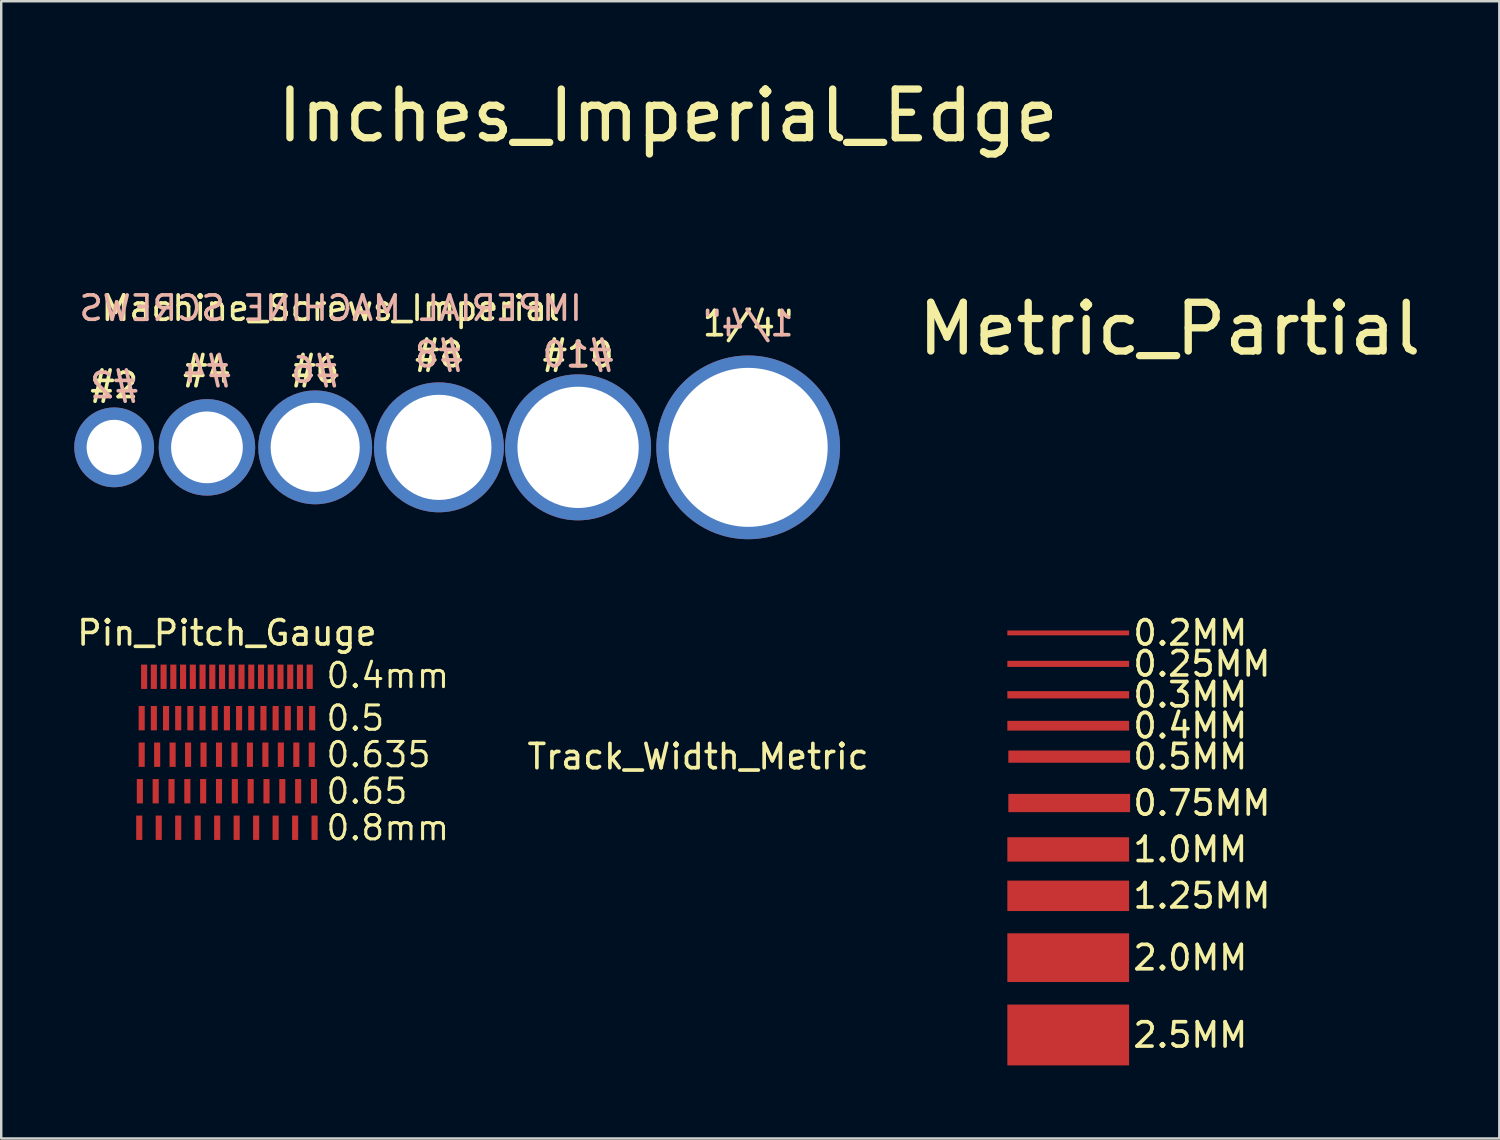
<source format=kicad_pcb>
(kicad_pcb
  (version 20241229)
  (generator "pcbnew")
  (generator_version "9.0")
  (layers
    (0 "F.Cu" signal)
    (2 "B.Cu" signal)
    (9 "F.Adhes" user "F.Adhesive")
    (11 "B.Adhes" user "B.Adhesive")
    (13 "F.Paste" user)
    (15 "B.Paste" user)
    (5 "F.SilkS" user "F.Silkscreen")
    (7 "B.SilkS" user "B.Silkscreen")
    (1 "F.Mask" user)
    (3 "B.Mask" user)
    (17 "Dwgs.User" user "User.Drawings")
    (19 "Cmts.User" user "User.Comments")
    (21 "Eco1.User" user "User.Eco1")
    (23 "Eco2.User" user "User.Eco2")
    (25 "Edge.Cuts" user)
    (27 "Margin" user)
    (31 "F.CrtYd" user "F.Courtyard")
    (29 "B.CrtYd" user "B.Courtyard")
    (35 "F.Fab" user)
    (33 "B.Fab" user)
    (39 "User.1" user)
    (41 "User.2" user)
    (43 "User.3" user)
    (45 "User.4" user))
  (footprint "Pin_Pitch_Gauge"
    (layer "F.Cu")
    (at 6.268 27.94)
    (property "Reference" "Pin_Pitch_Gauge" (at 0 -5 0) (layer "F.SilkS") (effects (font (size 1 1) (thickness 0.15))))
    (attr through_hole)
    (fp_text user "0.8mm" (at 4 3 0) (layer "F.SilkS") (effects (font (size 1 1) (thickness 0.125)) (justify left)))
    (fp_text user "0.5" (at 4 -1.5 0) (layer "F.SilkS") (effects (font (size 1 1) (thickness 0.125)) (justify left)))
    (fp_text user "0.635" (at 4 0 0) (layer "F.SilkS") (effects (font (size 1 1) (thickness 0.125)) (justify left)))
    (fp_text user "0.65" (at 4 1.5 0) (layer "F.SilkS") (effects (font (size 1 1) (thickness 0.125)) (justify left)))
    (fp_text user "0.4mm" (at 4 -3.25 0) (layer "F.SilkS") (effects (font (size 1 1) (thickness 0.125)) (justify left)))
    (pad "" smd rect (at -3.6 3 90) (size 1 0.25) (layers "F.Cu" "F.Mask" "F.Paste"))
    (pad "" smd rect (at -3.575 1.5 90) (size 1 0.25) (layers "F.Cu" "F.Mask" "F.Paste"))
    (pad "" smd rect (at -3.5 -1.5 90) (size 1 0.25) (layers "F.Cu" "F.Mask" "F.Paste"))
    (pad "" smd rect (at -3.5 0 90) (size 1 0.25) (layers "F.Cu" "F.Mask" "F.Paste"))
    (pad "" smd rect (at -3.4 -3.2 90) (size 1 0.25) (layers "F.Cu" "F.Mask" "F.Paste"))
    (pad "" smd rect (at -3 -3.2 90) (size 1 0.25) (layers "F.Cu" "F.Mask" "F.Paste"))
    (pad "" smd rect (at -3 -1.5 90) (size 1 0.25) (layers "F.Cu" "F.Mask" "F.Paste"))
    (pad "" smd rect (at -2.925 1.5 90) (size 1 0.25) (layers "F.Cu" "F.Mask" "F.Paste"))
    (pad "" smd rect (at -2.865 0 90) (size 1 0.25) (layers "F.Cu" "F.Mask" "F.Paste"))
    (pad "" smd rect (at -2.8 3 90) (size 1 0.25) (layers "F.Cu" "F.Mask" "F.Paste"))
    (pad "" smd rect (at -2.6 -3.2 90) (size 1 0.25) (layers "F.Cu" "F.Mask" "F.Paste"))
    (pad "" smd rect (at -2.5 -1.5 90) (size 1 0.25) (layers "F.Cu" "F.Mask" "F.Paste"))
    (pad "" smd rect (at -2.275 1.5 90) (size 1 0.25) (layers "F.Cu" "F.Mask" "F.Paste"))
    (pad "" smd rect (at -2.23 0 90) (size 1 0.25) (layers "F.Cu" "F.Mask" "F.Paste"))
    (pad "" smd rect (at -2.2 -3.2 90) (size 1 0.25) (layers "F.Cu" "F.Mask" "F.Paste"))
    (pad "" smd rect (at -2 -1.5 90) (size 1 0.25) (layers "F.Cu" "F.Mask" "F.Paste"))
    (pad "" smd rect (at -2 3 90) (size 1 0.25) (layers "F.Cu" "F.Mask" "F.Paste"))
    (pad "" smd rect (at -1.8 -3.2 90) (size 1 0.25) (layers "F.Cu" "F.Mask" "F.Paste"))
    (pad "" smd rect (at -1.625 1.5 90) (size 1 0.25) (layers "F.Cu" "F.Mask" "F.Paste"))
    (pad "" smd rect (at -1.595 0 90) (size 1 0.25) (layers "F.Cu" "F.Mask" "F.Paste"))
    (pad "" smd rect (at -1.5 -1.5 90) (size 1 0.25) (layers "F.Cu" "F.Mask" "F.Paste"))
    (pad "" smd rect (at -1.4 -3.2 90) (size 1 0.25) (layers "F.Cu" "F.Mask" "F.Paste"))
    (pad "" smd rect (at -1.2 3 90) (size 1 0.25) (layers "F.Cu" "F.Mask" "F.Paste"))
    (pad "" smd rect (at -1 -3.2 90) (size 1 0.25) (layers "F.Cu" "F.Mask" "F.Paste"))
    (pad "" smd rect (at -1 -1.5 90) (size 1 0.25) (layers "F.Cu" "F.Mask" "F.Paste"))
    (pad "" smd rect (at -0.975 1.5 90) (size 1 0.25) (layers "F.Cu" "F.Mask" "F.Paste"))
    (pad "" smd rect (at -0.96 0 90) (size 1 0.25) (layers "F.Cu" "F.Mask" "F.Paste"))
    (pad "" smd rect (at -0.6 -3.2 90) (size 1 0.25) (layers "F.Cu" "F.Mask" "F.Paste"))
    (pad "" smd rect (at -0.5 -1.5 90) (size 1 0.25) (layers "F.Cu" "F.Mask" "F.Paste"))
    (pad "" smd rect (at -0.4 3 90) (size 1 0.25) (layers "F.Cu" "F.Mask" "F.Paste"))
    (pad "" smd rect (at -0.325 0 90) (size 1 0.25) (layers "F.Cu" "F.Mask" "F.Paste"))
    (pad "" smd rect (at -0.325 1.5 90) (size 1 0.25) (layers "F.Cu" "F.Mask" "F.Paste"))
    (pad "" smd rect (at -0.2 -3.2 90) (size 1 0.25) (layers "F.Cu" "F.Mask" "F.Paste"))
    (pad "" smd rect (at 0 -1.5 90) (size 1 0.25) (layers "F.Cu" "F.Mask" "F.Paste"))
    (pad "" smd rect (at 0.2 -3.2 90) (size 1 0.25) (layers "F.Cu" "F.Mask" "F.Paste"))
    (pad "" smd rect (at 0.31 0 90) (size 1 0.25) (layers "F.Cu" "F.Mask" "F.Paste"))
    (pad "" smd rect (at 0.325 1.5 90) (size 1 0.25) (layers "F.Cu" "F.Mask" "F.Paste"))
    (pad "" smd rect (at 0.4 3 90) (size 1 0.25) (layers "F.Cu" "F.Mask" "F.Paste"))
    (pad "" smd rect (at 0.5 -1.5 90) (size 1 0.25) (layers "F.Cu" "F.Mask" "F.Paste"))
    (pad "" smd rect (at 0.6 -3.2 90) (size 1 0.25) (layers "F.Cu" "F.Mask" "F.Paste"))
    (pad "" smd rect (at 0.945 0 90) (size 1 0.25) (layers "F.Cu" "F.Mask" "F.Paste"))
    (pad "" smd rect (at 0.975 1.5 90) (size 1 0.25) (layers "F.Cu" "F.Mask" "F.Paste"))
    (pad "" smd rect (at 1 -3.2 90) (size 1 0.25) (layers "F.Cu" "F.Mask" "F.Paste"))
    (pad "" smd rect (at 1 -1.5 90) (size 1 0.25) (layers "F.Cu" "F.Mask" "F.Paste"))
    (pad "" smd rect (at 1.2 3 90) (size 1 0.25) (layers "F.Cu" "F.Mask" "F.Paste"))
    (pad "" smd rect (at 1.4 -3.2 90) (size 1 0.25) (layers "F.Cu" "F.Mask" "F.Paste"))
    (pad "" smd rect (at 1.5 -1.5 90) (size 1 0.25) (layers "F.Cu" "F.Mask" "F.Paste"))
    (pad "" smd rect (at 1.58 0 90) (size 1 0.25) (layers "F.Cu" "F.Mask" "F.Paste"))
    (pad "" smd rect (at 1.625 1.5 90) (size 1 0.25) (layers "F.Cu" "F.Mask" "F.Paste"))
    (pad "" smd rect (at 1.8 -3.2 90) (size 1 0.25) (layers "F.Cu" "F.Mask" "F.Paste"))
    (pad "" smd rect (at 2 -1.5 90) (size 1 0.25) (layers "F.Cu" "F.Mask" "F.Paste"))
    (pad "" smd rect (at 2 3 90) (size 1 0.25) (layers "F.Cu" "F.Mask" "F.Paste"))
    (pad "" smd rect (at 2.2 -3.2 90) (size 1 0.25) (layers "F.Cu" "F.Mask" "F.Paste"))
    (pad "" smd rect (at 2.215 0 90) (size 1 0.25) (layers "F.Cu" "F.Mask" "F.Paste"))
    (pad "" smd rect (at 2.275 1.5 90) (size 1 0.25) (layers "F.Cu" "F.Mask" "F.Paste"))
    (pad "" smd rect (at 2.5 -1.5 90) (size 1 0.25) (layers "F.Cu" "F.Mask" "F.Paste"))
    (pad "" smd rect (at 2.6 -3.2 90) (size 1 0.25) (layers "F.Cu" "F.Mask" "F.Paste"))
    (pad "" smd rect (at 2.8 3 90) (size 1 0.25) (layers "F.Cu" "F.Mask" "F.Paste"))
    (pad "" smd rect (at 2.85 0 90) (size 1 0.25) (layers "F.Cu" "F.Mask" "F.Paste"))
    (pad "" smd rect (at 2.925 1.5 90) (size 1 0.25) (layers "F.Cu" "F.Mask" "F.Paste"))
    (pad "" smd rect (at 3 -3.2 90) (size 1 0.25) (layers "F.Cu" "F.Mask" "F.Paste"))
    (pad "" smd rect (at 3 -1.5 90) (size 1 0.25) (layers "F.Cu" "F.Mask" "F.Paste"))
    (pad "" smd rect (at 3.4 -3.2 90) (size 1 0.25) (layers "F.Cu" "F.Mask" "F.Paste"))
    (pad "" smd rect (at 3.485 0 90) (size 1 0.25) (layers "F.Cu" "F.Mask" "F.Paste"))
    (pad "" smd rect (at 3.5 -1.5 90) (size 1 0.25) (layers "F.Cu" "F.Mask" "F.Paste"))
    (pad "" smd rect (at 3.575 1.5 90) (size 1 0.25) (layers "F.Cu" "F.Mask" "F.Paste"))
    (pad "" smd rect (at 3.6 3 90) (size 1 0.25) (layers "F.Cu" "F.Mask" "F.Paste")))
  (footprint "Machine_Screws_Imperial"
    (layer "F.Cu")
    (at 1.638 15.32)
    (property "Reference" "Machine_Screws_Imperial" (at 8.89 -5.715 0) (layer "F.SilkS") (effects (font (size 1 1) (thickness 0.15))))
    (attr through_hole)
    (fp_text user "#2" (at 0 -2.54 0) (layer "F.SilkS") (effects (font (size 1 1) (thickness 0.15))))
    (fp_text user "#8" (at 13.335 -3.81 0) (layer "F.SilkS") (effects (font (size 1 1) (thickness 0.15))))
    (fp_text user "#10" (at 19.05 -3.81 0) (layer "F.SilkS") (effects (font (size 1 1) (thickness 0.15))))
    (fp_text user "#6" (at 8.255 -3.175 0) (layer "F.SilkS") (effects (font (size 1 1) (thickness 0.15))))
    (fp_text user "1/4\"" (at 26.035 -5.08 0) (layer "F.SilkS") (effects (font (size 1 1) (thickness 0.15))))
    (fp_text user "#4" (at 3.81 -3.175 0) (layer "F.SilkS") (effects (font (size 1 1) (thickness 0.15))))
    (fp_text user "#10" (at 19.05 -3.81 0) (layer "B.SilkS") (effects (font (size 1 1) (thickness 0.15)) (justify mirror)))
    (fp_text user "1/4\"" (at 26.035 -5.08 0) (layer "B.SilkS") (effects (font (size 1 1) (thickness 0.15)) (justify mirror)))
    (fp_text user "#2" (at 0 -2.54 0) (layer "B.SilkS") (effects (font (size 1 1) (thickness 0.15)) (justify mirror)))
    (fp_text user "#8" (at 13.335 -3.81 0) (layer "B.SilkS") (effects (font (size 1 1) (thickness 0.15)) (justify mirror)))
    (fp_text user "#6" (at 8.255 -3.175 0) (layer "B.SilkS") (effects (font (size 1 1) (thickness 0.15)) (justify mirror)))
    (fp_text user "#4" (at 3.81 -3.175 0) (layer "B.SilkS") (effects (font (size 1 1) (thickness 0.15)) (justify mirror)))
    (fp_text user "IMPERIAL MACHINE SCREWS" (at 8.89 -5.715 0) (layer "B.SilkS") (effects (font (size 1 1) (thickness 0.15)) (justify mirror)))
    (pad "" thru_hole circle (at 0 0) (size 3.277 3.277) (drill 2.261) (layers "*.Cu" "*.Mask"))
    (pad "" thru_hole circle (at 3.81 0) (size 3.962 3.962) (drill 2.946) (layers "*.Cu" "*.Mask"))
    (pad "" thru_hole circle (at 8.255 0) (size 4.674 4.674) (drill 3.658) (layers "*.Cu" "*.Mask"))
    (pad "" thru_hole circle (at 13.335 0) (size 5.334 5.334) (drill 4.318) (layers "*.Cu" "*.Mask"))
    (pad "" thru_hole circle (at 19.05 0) (size 5.994 5.994) (drill 4.978) (layers "*.Cu" "*.Mask"))
    (pad "" thru_hole circle (at 26.035 0) (size 7.544 7.544) (drill 6.528) (layers "*.Cu" "*.Mask")))
  (footprint "Inches_Imperial_Edge"
    (layer "F.Cu")
    (at 0.25 5.506)
    (property "Reference" "Inches_Imperial_Edge" (at 24.13 -3.81 0) (layer "F.SilkS") (effects (font (size 2 2) (thickness 0.3))))
    (attr through_hole)
    (fp_poly (pts (xy 0.692 0) (xy 0.895 0) (xy 0.895 -0.794) (xy 0.692 -0.794)) (stroke (width 0) (type solid)) (fill yes) (layer "F.Mask"))
    (fp_poly (pts (xy 1.486 0) (xy 1.689 0) (xy 1.689 -1.587) (xy 1.486 -1.587)) (stroke (width 0) (type solid)) (fill yes) (layer "F.Mask"))
    (fp_poly (pts (xy 2.28 0) (xy 2.483 0) (xy 2.483 -0.794) (xy 2.28 -0.794)) (stroke (width 0) (type solid)) (fill yes) (layer "F.Mask"))
    (fp_poly (pts (xy 3.073 0) (xy 3.277 0) (xy 3.277 -2.54) (xy 3.073 -2.54)) (stroke (width 0) (type solid)) (fill yes) (layer "F.Mask"))
    (fp_poly (pts (xy 3.867 0) (xy 4.07 0) (xy 4.07 -0.794) (xy 3.867 -0.794)) (stroke (width 0) (type solid)) (fill yes) (layer "F.Mask"))
    (fp_poly (pts (xy 4.661 0) (xy 4.864 0) (xy 4.864 -1.587) (xy 4.661 -1.587)) (stroke (width 0) (type solid)) (fill yes) (layer "F.Mask"))
    (fp_poly (pts (xy 5.455 0) (xy 5.658 0) (xy 5.658 -0.794) (xy 5.455 -0.794)) (stroke (width 0) (type solid)) (fill yes) (layer "F.Mask"))
    (fp_poly (pts (xy 6.248 0) (xy 6.452 0) (xy 6.452 -2.54) (xy 6.248 -2.54)) (stroke (width 0) (type solid)) (fill yes) (layer "F.Mask"))
    (fp_poly (pts (xy 7.042 0) (xy 7.245 0) (xy 7.245 -0.794) (xy 7.042 -0.794)) (stroke (width 0) (type solid)) (fill yes) (layer "F.Mask"))
    (fp_poly (pts (xy 7.836 0) (xy 8.039 0) (xy 8.039 -1.587) (xy 7.836 -1.587)) (stroke (width 0) (type solid)) (fill yes) (layer "F.Mask"))
    (fp_poly (pts (xy 8.63 0) (xy 8.833 0) (xy 8.833 -0.794) (xy 8.63 -0.794)) (stroke (width 0) (type solid)) (fill yes) (layer "F.Mask"))
    (fp_poly (pts (xy 9.423 0) (xy 9.627 0) (xy 9.627 -2.54) (xy 9.423 -2.54)) (stroke (width 0) (type solid)) (fill yes) (layer "F.Mask"))
    (fp_poly (pts (xy 10.217 0) (xy 10.42 0) (xy 10.42 -0.794) (xy 10.217 -0.794)) (stroke (width 0) (type solid)) (fill yes) (layer "F.Mask"))
    (fp_poly (pts (xy 11.011 0) (xy 11.214 0) (xy 11.214 -1.587) (xy 11.011 -1.587)) (stroke (width 0) (type solid)) (fill yes) (layer "F.Mask"))
    (fp_poly (pts (xy 11.805 0) (xy 12.008 0) (xy 12.008 -0.794) (xy 11.805 -0.794)) (stroke (width 0) (type solid)) (fill yes) (layer "F.Mask"))
    (fp_poly (pts (xy 12.598 0) (xy 12.802 0) (xy 12.802 -2.54) (xy 12.598 -2.54)) (stroke (width 0) (type solid)) (fill yes) (layer "F.Mask"))
    (fp_poly (pts (xy 13.392 0) (xy 13.595 0) (xy 13.595 -0.794) (xy 13.392 -0.794)) (stroke (width 0) (type solid)) (fill yes) (layer "F.Mask"))
    (fp_poly (pts (xy 14.186 0) (xy 14.389 0) (xy 14.389 -1.587) (xy 14.186 -1.587)) (stroke (width 0) (type solid)) (fill yes) (layer "F.Mask"))
    (fp_poly (pts (xy 14.98 0) (xy 15.183 0) (xy 15.183 -0.794) (xy 14.98 -0.794)) (stroke (width 0) (type solid)) (fill yes) (layer "F.Mask"))
    (fp_poly (pts (xy 15.773 0) (xy 15.977 0) (xy 15.977 -2.54) (xy 15.773 -2.54)) (stroke (width 0) (type solid)) (fill yes) (layer "F.Mask"))
    (fp_poly (pts (xy 16.567 0) (xy 16.77 0) (xy 16.77 -0.794) (xy 16.567 -0.794)) (stroke (width 0) (type solid)) (fill yes) (layer "F.Mask"))
    (fp_poly (pts (xy 17.361 0) (xy 17.564 0) (xy 17.564 -1.587) (xy 17.361 -1.587)) (stroke (width 0) (type solid)) (fill yes) (layer "F.Mask"))
    (fp_poly (pts (xy 18.155 0) (xy 18.358 0) (xy 18.358 -0.794) (xy 18.155 -0.794)) (stroke (width 0) (type solid)) (fill yes) (layer "F.Mask"))
    (fp_poly (pts (xy 18.948 0) (xy 19.152 0) (xy 19.152 -2.54) (xy 18.948 -2.54)) (stroke (width 0) (type solid)) (fill yes) (layer "F.Mask"))
    (fp_poly (pts (xy 19.742 0) (xy 19.945 0) (xy 19.945 -0.794) (xy 19.742 -0.794)) (stroke (width 0) (type solid)) (fill yes) (layer "F.Mask"))
    (fp_poly (pts (xy 20.536 0) (xy 20.739 0) (xy 20.739 -1.587) (xy 20.536 -1.587)) (stroke (width 0) (type solid)) (fill yes) (layer "F.Mask"))
    (fp_poly (pts (xy 21.33 0) (xy 21.533 0) (xy 21.533 -0.794) (xy 21.33 -0.794)) (stroke (width 0) (type solid)) (fill yes) (layer "F.Mask"))
    (fp_poly (pts (xy 22.123 0) (xy 22.327 0) (xy 22.327 -2.54) (xy 22.123 -2.54)) (stroke (width 0) (type solid)) (fill yes) (layer "F.Mask"))
    (fp_poly (pts (xy 22.917 0) (xy 23.12 0) (xy 23.12 -0.794) (xy 22.917 -0.794)) (stroke (width 0) (type solid)) (fill yes) (layer "F.Mask"))
    (fp_poly (pts (xy 23.711 0) (xy 23.914 0) (xy 23.914 -1.587) (xy 23.711 -1.587)) (stroke (width 0) (type solid)) (fill yes) (layer "F.Mask"))
    (fp_poly (pts (xy 24.505 0) (xy 24.708 0) (xy 24.708 -0.794) (xy 24.505 -0.794)) (stroke (width 0) (type solid)) (fill yes) (layer "F.Mask")))
  (footprint "Metric_Partial"
    (layer "F.Cu")
    (at 37.361 14.263)
    (property "Reference" "Metric_Partial" (at 7.62 -3.81 0) (layer "F.SilkS") (effects (font (size 2 2) (thickness 0.3))))
    (attr through_hole)
    (fp_poly (pts (xy -0.102 0) (xy 0.102 0) (xy 0.102 -1.27) (xy -0.102 -1.27)) (stroke (width 0) (type solid)) (fill yes) (layer "F.Mask"))
    (fp_poly (pts (xy 0.898 0) (xy 1.102 0) (xy 1.102 -1.27) (xy 0.898 -1.27)) (stroke (width 0) (type solid)) (fill yes) (layer "F.Mask")))
  (footprint "Track_Width_Metric"
    (layer "F.Cu")
    (at 38.315 22.94)
    (property "Reference" "Track_Width_Metric" (at -12.7 5.08 0) (layer "F.SilkS") (effects (font (size 1 1) (thickness 0.15))))
    (attr through_hole)
    (fp_text user "0.4MM" (at 5.08 3.81 180) (layer "F.SilkS") (effects (font (size 1 1) (thickness 0.15)) (justify left)))
    (fp_text user "0.2MM" (at 5.08 0 0) (layer "F.SilkS") (effects (font (size 1 1) (thickness 0.15)) (justify left)))
    (fp_text user "0.75MM" (at 5.08 6.985 0) (layer "F.SilkS") (effects (font (size 1 1) (thickness 0.15)) (justify left)))
    (fp_text user "1.25MM" (at 5.08 10.795 0) (layer "F.SilkS") (effects (font (size 1 1) (thickness 0.15)) (justify left)))
    (fp_text user "0.25MM" (at 5.08 1.27 0) (layer "F.SilkS") (effects (font (size 1 1) (thickness 0.15)) (justify left)))
    (fp_text user "2.0MM" (at 5.08 13.335 0) (layer "F.SilkS") (effects (font (size 1 1) (thickness 0.15)) (justify left)))
    (fp_text user "2.5MM" (at 5.08 16.51 0) (layer "F.SilkS") (effects (font (size 1 1) (thickness 0.15)) (justify left)))
    (fp_text user "0.3MM" (at 5.08 2.54 0) (layer "F.SilkS") (effects (font (size 1 1) (thickness 0.15)) (justify left)))
    (fp_text user "1.0MM" (at 5.08 8.89 0) (layer "F.SilkS") (effects (font (size 1 1) (thickness 0.15)) (justify left)))
    (fp_text user "0.5MM" (at 5.08 5.08 0) (layer "F.SilkS") (effects (font (size 1 1) (thickness 0.15)) (justify left)))
    (pad "" smd rect (at 2.5 0) (size 5 0.2) (layers "F.Cu" "F.Mask" "F.Paste"))
    (pad "" smd rect (at 2.5 1.27) (size 5 0.25) (layers "F.Cu" "F.Mask" "F.Paste"))
    (pad "" smd rect (at 2.5 2.54) (size 5 0.3) (layers "F.Cu" "F.Mask" "F.Paste"))
    (pad "" smd rect (at 2.5 3.81) (size 5 0.4) (layers "F.Cu" "F.Mask" "F.Paste"))
    (pad "" smd rect (at 2.5 8.89) (size 5 1) (layers "F.Cu" "F.Mask" "F.Paste"))
    (pad "" smd rect (at 2.5 10.795) (size 5 1.25) (layers "F.Cu" "F.Mask" "F.Paste"))
    (pad "" smd rect (at 2.5 13.335) (size 5 2) (layers "F.Cu" "F.Mask" "F.Paste"))
    (pad "" smd rect (at 2.5 16.51) (size 5 2.5) (layers "F.Cu" "F.Mask" "F.Paste"))
    (pad "" smd rect (at 2.54 5.08) (size 5 0.5) (layers "F.Cu" "F.Mask" "F.Paste"))
    (pad "" smd rect (at 2.54 6.985) (size 5 0.75) (layers "F.Cu" "F.Mask" "F.Paste")))
  (gr_rect
    (start -3 -3)
    (end 58.517 43.7)
    (stroke (width 0.1) (type default))
    (fill no)
    (layer "Edge.Cuts")))
</source>
